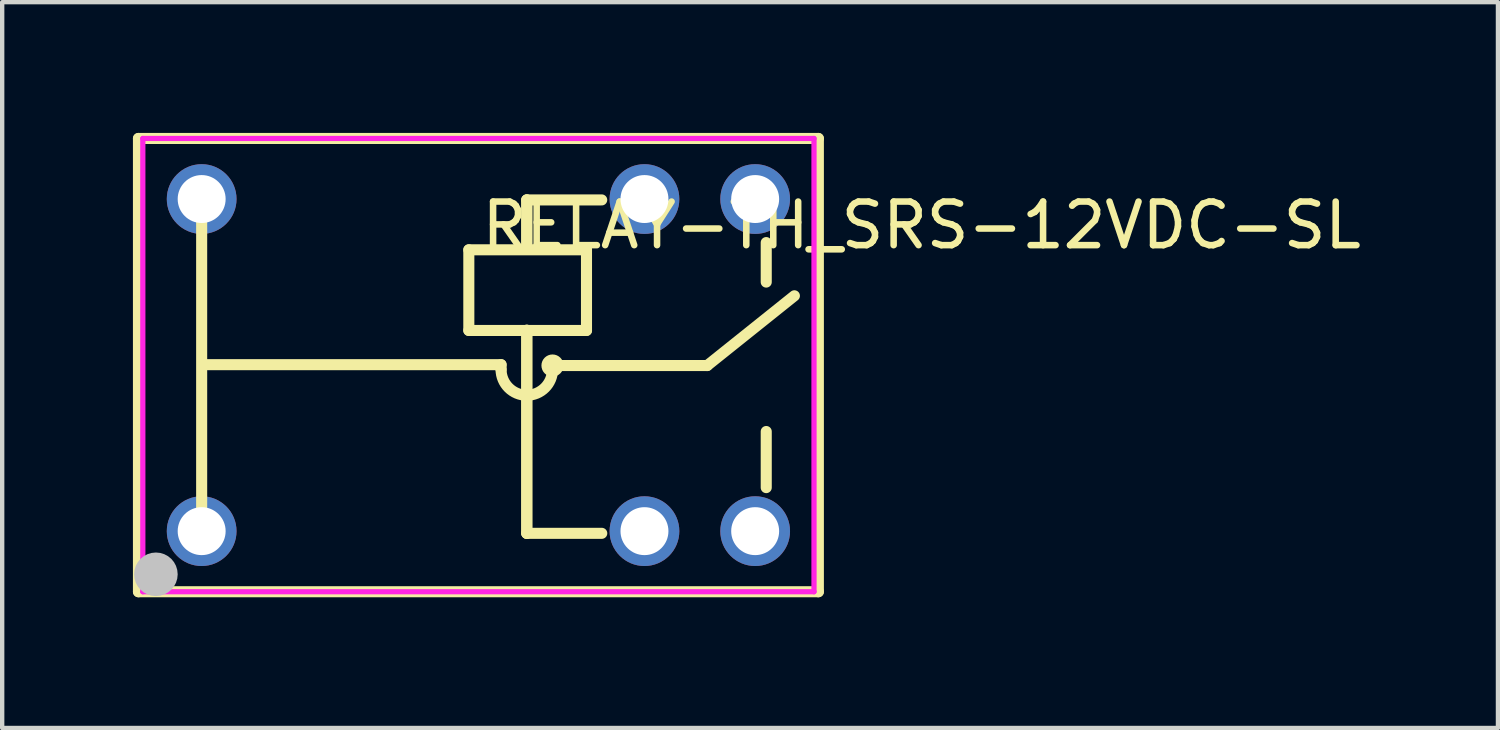
<source format=kicad_pcb>
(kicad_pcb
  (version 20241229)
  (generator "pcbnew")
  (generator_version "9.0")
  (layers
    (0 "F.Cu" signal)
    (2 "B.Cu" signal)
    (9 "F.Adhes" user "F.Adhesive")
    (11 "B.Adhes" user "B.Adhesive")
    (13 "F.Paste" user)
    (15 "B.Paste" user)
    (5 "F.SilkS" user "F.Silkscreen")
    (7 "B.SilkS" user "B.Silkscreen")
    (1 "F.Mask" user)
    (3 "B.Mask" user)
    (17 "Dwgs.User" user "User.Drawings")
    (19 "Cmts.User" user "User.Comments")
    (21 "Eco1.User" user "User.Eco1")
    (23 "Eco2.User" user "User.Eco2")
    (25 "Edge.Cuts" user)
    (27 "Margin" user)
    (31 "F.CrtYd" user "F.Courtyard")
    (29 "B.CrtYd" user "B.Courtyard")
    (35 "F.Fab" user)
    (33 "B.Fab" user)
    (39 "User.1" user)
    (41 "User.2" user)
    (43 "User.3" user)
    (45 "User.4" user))
  (footprint "RELAY-TH_SRS-12VDC-SL"
    (layer "F.Cu")
    (at 7.927 5.327)
    (property "Reference" "RELAY-TH_SRS-12VDC-SL" (at 0 -3.207 0) (layer "F.SilkS") (effects (font (size 1 1) (thickness 0.15)) (justify left)))
    (attr through_hole)
    (fp_line (start -7.8 -5.2) (end 7.8 -5.2) (stroke (width 0.254) (type solid)) (layer "F.SilkS"))
    (fp_line (start -7.8 5.2) (end -7.8 -5.2) (stroke (width 0.254) (type solid)) (layer "F.SilkS"))
    (fp_line (start -6.35 3.81) (end -6.35 -3.79) (stroke (width 0.254) (type solid)) (layer "F.SilkS"))
    (fp_line (start -0.22 -2.645) (end 2.48 -2.645) (stroke (width 0.254) (type solid)) (layer "F.SilkS"))
    (fp_line (start -0.22 -0.795) (end -0.22 -2.645) (stroke (width 0.254) (type solid)) (layer "F.SilkS"))
    (fp_line (start 0.52 -0.01) (end -6.33 -0.01) (stroke (width 0.254) (type solid)) (layer "F.SilkS"))
    (fp_line (start 0.52 0.102) (end 0.52 -0.01) (stroke (width 0.254) (type solid)) (layer "F.SilkS"))
    (fp_line (start 1.11 -3.79) (end 2.829 -3.79) (stroke (width 0.254) (type solid)) (layer "F.SilkS"))
    (fp_line (start 1.11 -2.66) (end 1.11 -3.79) (stroke (width 0.254) (type solid)) (layer "F.SilkS"))
    (fp_line (start 1.11 -2.66) (end 1.11 -3.79) (stroke (width 0.254) (type solid)) (layer "F.SilkS"))
    (fp_line (start 1.11 -0.8) (end 1.11 3.86) (stroke (width 0.254) (type solid)) (layer "F.SilkS"))
    (fp_line (start 1.11 -0.8) (end 1.11 3.86) (stroke (width 0.254) (type solid)) (layer "F.SilkS"))
    (fp_line (start 1.11 3.86) (end 2.83 3.86) (stroke (width 0.254) (type solid)) (layer "F.SilkS"))
    (fp_line (start 1.7 0.01) (end 1.7 0.102) (stroke (width 0.254) (type solid)) (layer "F.SilkS"))
    (fp_line (start 2.48 -2.645) (end 2.48 -0.795) (stroke (width 0.254) (type solid)) (layer "F.SilkS"))
    (fp_line (start 2.48 -0.795) (end -0.22 -0.795) (stroke (width 0.254) (type solid)) (layer "F.SilkS"))
    (fp_line (start 5.25 0.01) (end 1.7 0.01) (stroke (width 0.254) (type solid)) (layer "F.SilkS"))
    (fp_line (start 5.25 0.01) (end 7.25 -1.59) (stroke (width 0.254) (type solid)) (layer "F.SilkS"))
    (fp_line (start 6.604 -1.905) (end 6.604 -2.811) (stroke (width 0.254) (type solid)) (layer "F.SilkS"))
    (fp_line (start 6.604 2.811) (end 6.604 1.524) (stroke (width 0.254) (type solid)) (layer "F.SilkS"))
    (fp_line (start 7.8 -5.2) (end 7.8 5.2) (stroke (width 0.254) (type solid)) (layer "F.SilkS"))
    (fp_line (start 7.8 5.2) (end -7.8 5.2) (stroke (width 0.254) (type solid)) (layer "F.SilkS"))
    (fp_arc (start 1.11 0.692) (mid 0.692807 0.519193) (end 0.52 0.102) (stroke (width 0.254) (type solid)) (layer "F.SilkS"))
    (fp_arc (start 1.7 0.01) (mid 1.7 0.01) (end 1.7 0.01) (stroke (width 0.254) (type solid)) (layer "F.SilkS"))
    (fp_arc (start 1.7 0.102) (mid 1.527193 0.519193) (end 1.11 0.692) (stroke (width 0.254) (type solid)) (layer "F.SilkS"))
    (fp_circle (center -7.4 4.8) (end -7.15 4.8) (stroke (width 0.5) (type solid)) (fill no) (layer "Dwgs.User"))
    (fp_circle (center -7.7 5.2) (end -7.67 5.2) (stroke (width 0.06) (type solid)) (fill no) (layer "Eco2.User"))
    (fp_line (start -7.7 -5.2) (end 7.7 -5.2) (stroke (width 0.12) (type solid)) (layer "F.CrtYd"))
    (fp_line (start -7.7 5.2) (end -7.7 -5.2) (stroke (width 0.12) (type solid)) (layer "F.CrtYd"))
    (fp_line (start 7.7 -5.2) (end 7.7 5.2) (stroke (width 0.12) (type solid)) (layer "F.CrtYd"))
    (fp_line (start 7.7 5.2) (end -7.7 5.2) (stroke (width 0.12) (type solid)) (layer "F.CrtYd"))
    (pad "1" thru_hole circle (at -6.35 3.81) (size 1.6 1.6) (drill 1.1) (layers "*.Cu" "*.Mask"))
    (pad "2" thru_hole circle (at -6.35 -3.81) (size 1.6 1.6) (drill 1.1) (layers "*.Cu" "*.Mask"))
    (pad "3" thru_hole circle (at 3.81 -3.81) (size 1.6 1.6) (drill 1.1) (layers "*.Cu" "*.Mask"))
    (pad "4" thru_hole circle (at 3.81 3.81) (size 1.6 1.6) (drill 1.1) (layers "*.Cu" "*.Mask"))
    (pad "5" thru_hole circle (at 6.35 -3.81) (size 1.6 1.6) (drill 1.1) (layers "*.Cu" "*.Mask"))
    (pad "6" thru_hole circle (at 6.35 3.81) (size 1.6 1.6) (drill 1.1) (layers "*.Cu" "*.Mask")))
  (gr_rect
    (start -3 -3)
    (end 31.32 13.654)
    (stroke (width 0.1) (type default))
    (fill no)
    (layer "Edge.Cuts")))
</source>
